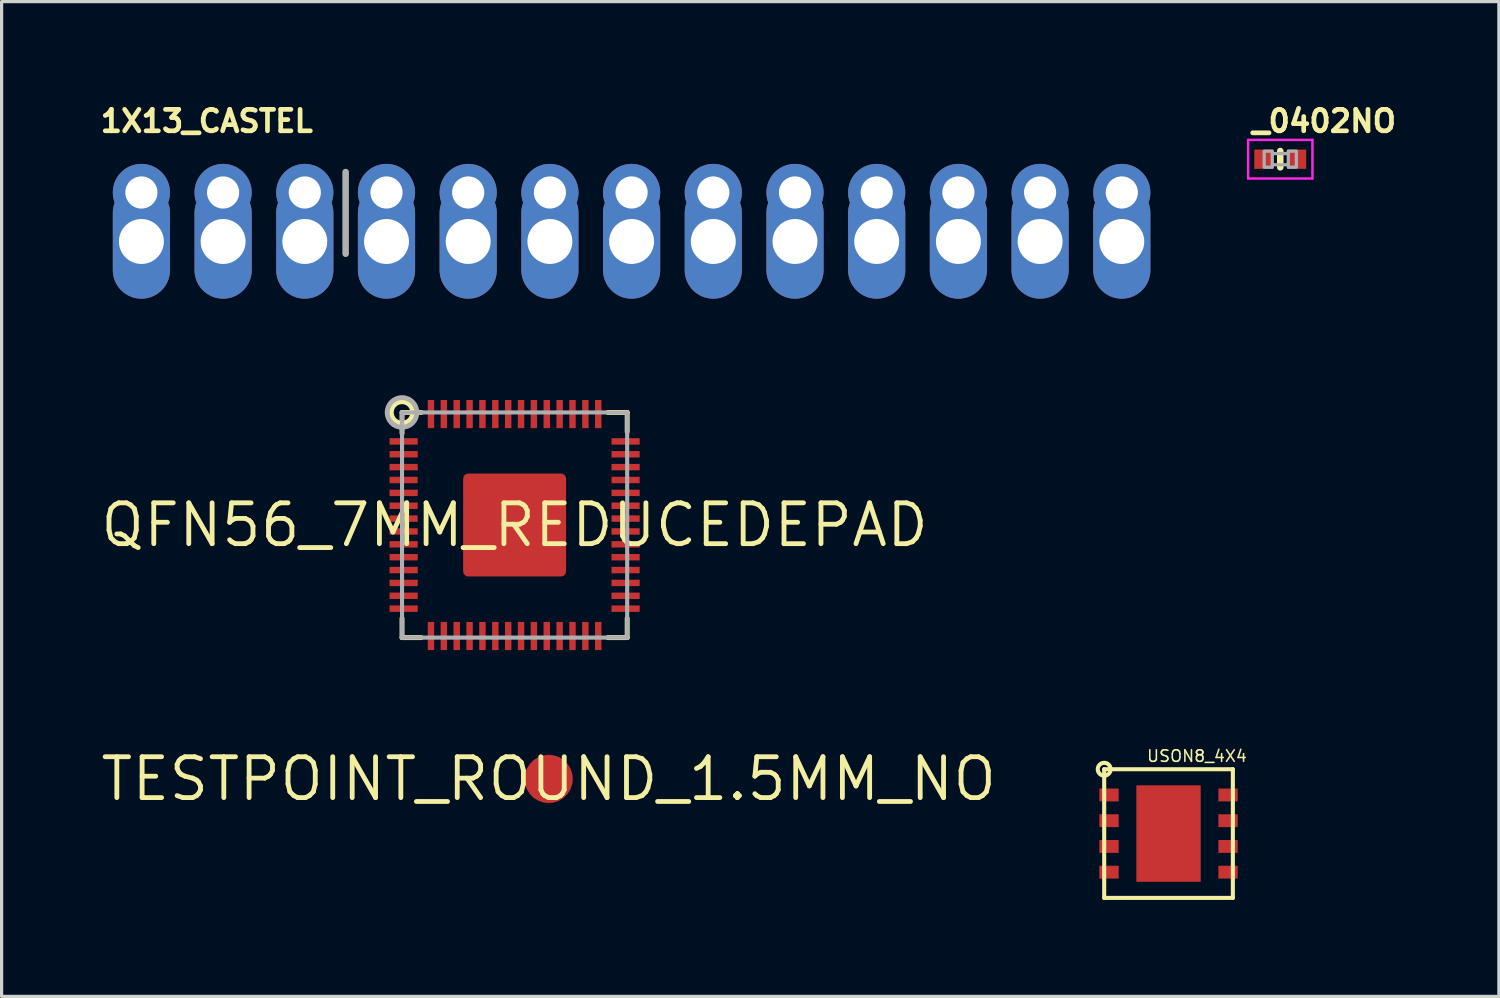
<source format=kicad_pcb>
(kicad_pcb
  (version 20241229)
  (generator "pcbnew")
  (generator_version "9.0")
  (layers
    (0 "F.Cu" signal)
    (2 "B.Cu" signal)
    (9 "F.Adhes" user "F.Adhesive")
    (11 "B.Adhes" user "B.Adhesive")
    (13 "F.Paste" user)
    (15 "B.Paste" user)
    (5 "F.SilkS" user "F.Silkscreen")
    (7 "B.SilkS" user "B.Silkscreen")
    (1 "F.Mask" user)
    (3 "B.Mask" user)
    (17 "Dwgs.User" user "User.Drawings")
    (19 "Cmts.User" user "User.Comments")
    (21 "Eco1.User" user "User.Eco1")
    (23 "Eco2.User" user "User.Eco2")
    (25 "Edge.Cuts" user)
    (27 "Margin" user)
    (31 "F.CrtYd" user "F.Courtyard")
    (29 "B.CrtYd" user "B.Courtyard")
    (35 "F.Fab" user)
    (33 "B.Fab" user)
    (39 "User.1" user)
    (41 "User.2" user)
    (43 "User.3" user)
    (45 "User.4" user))
  (footprint "1X13_CASTEL"
    (layer "F.Cu")
    (at 16.586 2.934)
    (property "Reference" "1X13_CASTEL" (at -16.586 -1.829 0) (layer "F.SilkS") (effects (font (size 0.666 0.666) (thickness 0.146)) (justify left bottom)))
    (fp_line (start -8.89 -0.635) (end -8.89 1.905) (stroke (width 0.203) (type solid)) (layer "F.Fab"))
    (fp_poly (pts (xy -7.874 0.254) (xy -7.366 0.254) (xy -7.366 -0.254) (xy -7.874 -0.254)) (stroke (width 0.1) (type solid)) (fill no) (layer "F.Fab"))
    (fp_poly (pts (xy -7.874 1.524) (xy -7.366 1.524) (xy -7.366 1.016) (xy -7.874 1.016)) (stroke (width 0.1) (type solid)) (fill no) (layer "F.Fab"))
    (fp_poly (pts (xy -5.334 0.254) (xy -4.826 0.254) (xy -4.826 -0.254) (xy -5.334 -0.254)) (stroke (width 0.1) (type solid)) (fill no) (layer "F.Fab"))
    (fp_poly (pts (xy -5.334 1.524) (xy -4.826 1.524) (xy -4.826 1.016) (xy -5.334 1.016)) (stroke (width 0.1) (type solid)) (fill no) (layer "F.Fab"))
    (fp_poly (pts (xy -2.794 0.254) (xy -2.286 0.254) (xy -2.286 -0.254) (xy -2.794 -0.254)) (stroke (width 0.1) (type solid)) (fill no) (layer "F.Fab"))
    (fp_poly (pts (xy -2.794 1.524) (xy -2.286 1.524) (xy -2.286 1.016) (xy -2.794 1.016)) (stroke (width 0.1) (type solid)) (fill no) (layer "F.Fab"))
    (fp_poly (pts (xy -0.254 0.254) (xy 0.254 0.254) (xy 0.254 -0.254) (xy -0.254 -0.254)) (stroke (width 0.1) (type solid)) (fill no) (layer "F.Fab"))
    (fp_poly (pts (xy -0.254 1.524) (xy 0.254 1.524) (xy 0.254 1.016) (xy -0.254 1.016)) (stroke (width 0.1) (type solid)) (fill no) (layer "F.Fab"))
    (fp_poly (pts (xy 2.286 0.254) (xy 2.794 0.254) (xy 2.794 -0.254) (xy 2.286 -0.254)) (stroke (width 0.1) (type solid)) (fill no) (layer "F.Fab"))
    (fp_poly (pts (xy 2.286 1.524) (xy 2.794 1.524) (xy 2.794 1.016) (xy 2.286 1.016)) (stroke (width 0.1) (type solid)) (fill no) (layer "F.Fab"))
    (fp_poly (pts (xy 4.826 0.254) (xy 5.334 0.254) (xy 5.334 -0.254) (xy 4.826 -0.254)) (stroke (width 0.1) (type solid)) (fill no) (layer "F.Fab"))
    (fp_poly (pts (xy 4.826 1.524) (xy 5.334 1.524) (xy 5.334 1.016) (xy 4.826 1.016)) (stroke (width 0.1) (type solid)) (fill no) (layer "F.Fab"))
    (fp_poly (pts (xy 7.366 0.254) (xy 7.874 0.254) (xy 7.874 -0.254) (xy 7.366 -0.254)) (stroke (width 0.1) (type solid)) (fill no) (layer "F.Fab"))
    (fp_poly (pts (xy 7.366 1.524) (xy 7.874 1.524) (xy 7.874 1.016) (xy 7.366 1.016)) (stroke (width 0.1) (type solid)) (fill no) (layer "F.Fab"))
    (pad "1" thru_hole circle (at -15.24 0 90) (size 1.778 1.778) (drill 1) (layers "*.Cu" "*.Mask"))
    (pad "1C" thru_hole oval (at -15.24 1.524 90) (size 3.556 1.778) (drill 1.397) (layers "*.Cu" "*.Mask"))
    (pad "2" thru_hole circle (at -12.7 0 90) (size 1.778 1.778) (drill 1) (layers "*.Cu" "*.Mask"))
    (pad "2C" thru_hole oval (at -12.7 1.524 90) (size 3.556 1.778) (drill 1.397) (layers "*.Cu" "*.Mask"))
    (pad "3" thru_hole circle (at -10.16 0 90) (size 1.778 1.778) (drill 1) (layers "*.Cu" "*.Mask"))
    (pad "3C" thru_hole oval (at -10.16 1.524 90) (size 3.556 1.778) (drill 1.397) (layers "*.Cu" "*.Mask"))
    (pad "4" thru_hole circle (at -7.62 0 90) (size 1.778 1.778) (drill 1) (layers "*.Cu" "*.Mask"))
    (pad "4C" thru_hole oval (at -7.62 1.524 90) (size 3.556 1.778) (drill 1.397) (layers "*.Cu" "*.Mask"))
    (pad "5" thru_hole circle (at -5.08 0 90) (size 1.778 1.778) (drill 1) (layers "*.Cu" "*.Mask"))
    (pad "5C" thru_hole oval (at -5.08 1.524 90) (size 3.556 1.778) (drill 1.397) (layers "*.Cu" "*.Mask"))
    (pad "6" thru_hole circle (at -2.54 0 90) (size 1.778 1.778) (drill 1) (layers "*.Cu" "*.Mask"))
    (pad "6C" thru_hole oval (at -2.54 1.524 90) (size 3.556 1.778) (drill 1.397) (layers "*.Cu" "*.Mask"))
    (pad "7" thru_hole circle (at 0 0 90) (size 1.778 1.778) (drill 1) (layers "*.Cu" "*.Mask"))
    (pad "7C" thru_hole oval (at 0 1.524 90) (size 3.556 1.778) (drill 1.397) (layers "*.Cu" "*.Mask"))
    (pad "8" thru_hole circle (at 2.54 0 90) (size 1.778 1.778) (drill 1) (layers "*.Cu" "*.Mask"))
    (pad "8C" thru_hole oval (at 2.54 1.524 90) (size 3.556 1.778) (drill 1.397) (layers "*.Cu" "*.Mask"))
    (pad "9" thru_hole circle (at 5.08 0 90) (size 1.778 1.778) (drill 1) (layers "*.Cu" "*.Mask"))
    (pad "9C" thru_hole oval (at 5.08 1.524 90) (size 3.556 1.778) (drill 1.397) (layers "*.Cu" "*.Mask"))
    (pad "10" thru_hole circle (at 7.62 0 90) (size 1.778 1.778) (drill 1) (layers "*.Cu" "*.Mask"))
    (pad "10C" thru_hole oval (at 7.62 1.524 90) (size 3.556 1.778) (drill 1.397) (layers "*.Cu" "*.Mask"))
    (pad "11" thru_hole circle (at 10.16 0 90) (size 1.778 1.778) (drill 1) (layers "*.Cu" "*.Mask"))
    (pad "11C" thru_hole oval (at 10.16 1.524 90) (size 3.556 1.778) (drill 1.397) (layers "*.Cu" "*.Mask"))
    (pad "12" thru_hole circle (at 12.7 0 90) (size 1.778 1.778) (drill 1) (layers "*.Cu" "*.Mask"))
    (pad "12C" thru_hole oval (at 12.7 1.524 90) (size 3.556 1.778) (drill 1.397) (layers "*.Cu" "*.Mask"))
    (pad "13" thru_hole circle (at 15.24 0 90) (size 1.778 1.778) (drill 1) (layers "*.Cu" "*.Mask"))
    (pad "13C" thru_hole oval (at 15.24 1.524 90) (size 3.556 1.778) (drill 1.397) (layers "*.Cu" "*.Mask")))
  (footprint "USON8_4X4"
    (layer "F.Cu")
    (at 33.279 22.865)
    (property "Reference" "USON8_4X4" (at -0.7 -2.2 0) (layer "F.SilkS") (effects (font (size 0.358 0.358) (thickness 0.049)) (justify left bottom)))
    (fp_line (start -2 -2) (end 2 -2) (stroke (width 0.127) (type solid)) (layer "F.SilkS"))
    (fp_line (start -2 2) (end -2 -2) (stroke (width 0.127) (type solid)) (layer "F.SilkS"))
    (fp_line (start 2 -2) (end 2 2) (stroke (width 0.127) (type solid)) (layer "F.SilkS"))
    (fp_line (start 2 2) (end -2 2) (stroke (width 0.127) (type solid)) (layer "F.SilkS"))
    (fp_circle (center -2 -2) (end -1.8 -2) (stroke (width 0.127) (type solid)) (fill no) (layer "F.SilkS"))
    (fp_poly (pts (xy -0.8 -0.3) (xy -0.2 -0.3) (xy -0.2 -1.3) (xy -0.8 -1.3)) (stroke (width 0) (type solid)) (fill yes) (layer "F.Paste"))
    (fp_poly (pts (xy -0.8 1.3) (xy -0.2 1.3) (xy -0.2 0.3) (xy -0.8 0.3)) (stroke (width 0) (type solid)) (fill yes) (layer "F.Paste"))
    (fp_poly (pts (xy 0.2 -0.3) (xy 0.8 -0.3) (xy 0.8 -1.3) (xy 0.2 -1.3)) (stroke (width 0) (type solid)) (fill yes) (layer "F.Paste"))
    (fp_poly (pts (xy 0.2 1.3) (xy 0.8 1.3) (xy 0.8 0.3) (xy 0.2 0.3)) (stroke (width 0) (type solid)) (fill yes) (layer "F.Paste"))
    (pad "1" smd rect (at -1.85 -1.2 90) (size 0.4 0.6) (layers "F.Cu" "F.Mask" "F.Paste"))
    (pad "2" smd rect (at -1.85 -0.4 90) (size 0.4 0.6) (layers "F.Cu" "F.Mask" "F.Paste"))
    (pad "3" smd rect (at -1.85 0.4 90) (size 0.4 0.6) (layers "F.Cu" "F.Mask" "F.Paste"))
    (pad "4" smd rect (at -1.85 1.2 90) (size 0.4 0.6) (layers "F.Cu" "F.Mask" "F.Paste"))
    (pad "5" smd rect (at 1.85 1.2 90) (size 0.4 0.6) (layers "F.Cu" "F.Mask" "F.Paste"))
    (pad "6" smd rect (at 1.85 0.4 90) (size 0.4 0.6) (layers "F.Cu" "F.Mask" "F.Paste"))
    (pad "7" smd rect (at 1.85 -0.4 90) (size 0.4 0.6) (layers "F.Cu" "F.Mask" "F.Paste"))
    (pad "8" smd rect (at 1.85 -1.2 90) (size 0.4 0.6) (layers "F.Cu" "F.Mask" "F.Paste"))
    (pad "PAD" smd rect (at 0 0) (size 2 3) (layers "F.Cu" "F.Mask")))
  (footprint "QFN56_7MM_REDUCEDEPAD"
    (layer "F.Cu")
    (at 12.949 13.273)
    (property "Reference" "QFN56_7MM_REDUCEDEPAD" (at 0 0 0) (layer "F.SilkS") (effects (font (size 1.27 1.27) (thickness 0.15))))
    (fp_line (start -3.5 -3.5) (end -2.9 -3.5) (stroke (width 0.152) (type solid)) (layer "F.SilkS"))
    (fp_line (start -3.5 -2.85) (end -3.5 -3.5) (stroke (width 0.152) (type solid)) (layer "F.SilkS"))
    (fp_line (start -3.5 2.9) (end -3.5 3.5) (stroke (width 0.152) (type solid)) (layer "F.SilkS"))
    (fp_line (start -3.5 3.5) (end -2.9 3.5) (stroke (width 0.152) (type solid)) (layer "F.SilkS"))
    (fp_line (start 2.9 -3.5) (end 3.5 -3.5) (stroke (width 0.152) (type solid)) (layer "F.SilkS"))
    (fp_line (start 2.9 3.5) (end 3.5 3.5) (stroke (width 0.152) (type solid)) (layer "F.SilkS"))
    (fp_line (start 3.5 -3.5) (end 3.5 -2.9) (stroke (width 0.152) (type solid)) (layer "F.SilkS"))
    (fp_line (start 3.5 3.5) (end 3.5 2.9) (stroke (width 0.152) (type solid)) (layer "F.SilkS"))
    (fp_circle (center -3.5 -3.5) (end -3.165 -3.5) (stroke (width 0.152) (type solid)) (fill no) (layer "F.SilkS"))
    (fp_poly (pts (xy -1.3 -0.3) (xy -0.3 -0.3) (xy -0.3 -1.3) (xy -1.3 -1.3)) (stroke (width 0) (type solid)) (fill yes) (layer "F.Paste"))
    (fp_poly (pts (xy -1.3 1.3) (xy -0.3 1.3) (xy -0.3 0.3) (xy -1.3 0.3)) (stroke (width 0) (type solid)) (fill yes) (layer "F.Paste"))
    (fp_poly (pts (xy 0.3 -0.3) (xy 1.3 -0.3) (xy 1.3 -1.3) (xy 0.3 -1.3)) (stroke (width 0) (type solid)) (fill yes) (layer "F.Paste"))
    (fp_poly (pts (xy 0.3 1.3) (xy 1.3 1.3) (xy 1.3 0.3) (xy 0.3 0.3)) (stroke (width 0) (type solid)) (fill yes) (layer "F.Paste"))
    (fp_line (start -3.5 -3.5) (end 3.5 -3.5) (stroke (width 0.127) (type solid)) (layer "F.Fab"))
    (fp_line (start -3.5 3.5) (end -3.5 -3.5) (stroke (width 0.127) (type solid)) (layer "F.Fab"))
    (fp_line (start 3.5 -3.5) (end 3.5 3.5) (stroke (width 0.127) (type solid)) (layer "F.Fab"))
    (fp_line (start 3.5 3.5) (end -3.5 3.5) (stroke (width 0.127) (type solid)) (layer "F.Fab"))
    (fp_circle (center -3.5 -3.5) (end -3.039 -3.5) (stroke (width 0.152) (type solid)) (fill no) (layer "F.Fab"))
    (pad "1" smd rect (at -3.45 -2.6 180) (size 0.875 0.2) (layers "F.Cu" "F.Mask" "F.Paste"))
    (pad "2" smd rect (at -3.45 -2.2 180) (size 0.875 0.2) (layers "F.Cu" "F.Mask" "F.Paste"))
    (pad "3" smd rect (at -3.45 -1.8 180) (size 0.875 0.2) (layers "F.Cu" "F.Mask" "F.Paste"))
    (pad "4" smd rect (at -3.45 -1.4 180) (size 0.875 0.2) (layers "F.Cu" "F.Mask" "F.Paste"))
    (pad "5" smd rect (at -3.45 -1 180) (size 0.875 0.2) (layers "F.Cu" "F.Mask" "F.Paste"))
    (pad "6" smd rect (at -3.45 -0.6 180) (size 0.875 0.2) (layers "F.Cu" "F.Mask" "F.Paste"))
    (pad "7" smd rect (at -3.45 -0.2 180) (size 0.875 0.2) (layers "F.Cu" "F.Mask" "F.Paste"))
    (pad "8" smd rect (at -3.45 0.2 180) (size 0.875 0.2) (layers "F.Cu" "F.Mask" "F.Paste"))
    (pad "9" smd rect (at -3.45 0.6 180) (size 0.875 0.2) (layers "F.Cu" "F.Mask" "F.Paste"))
    (pad "10" smd rect (at -3.45 1 180) (size 0.875 0.2) (layers "F.Cu" "F.Mask" "F.Paste"))
    (pad "11" smd rect (at -3.45 1.4 180) (size 0.875 0.2) (layers "F.Cu" "F.Mask" "F.Paste"))
    (pad "12" smd rect (at -3.45 1.8 180) (size 0.875 0.2) (layers "F.Cu" "F.Mask" "F.Paste"))
    (pad "13" smd rect (at -3.45 2.2 180) (size 0.875 0.2) (layers "F.Cu" "F.Mask" "F.Paste"))
    (pad "14" smd rect (at -3.45 2.6 180) (size 0.875 0.2) (layers "F.Cu" "F.Mask" "F.Paste"))
    (pad "15" smd rect (at -2.6 3.45 270) (size 0.875 0.2) (layers "F.Cu" "F.Mask" "F.Paste"))
    (pad "16" smd rect (at -2.2 3.45 270) (size 0.875 0.2) (layers "F.Cu" "F.Mask" "F.Paste"))
    (pad "17" smd rect (at -1.8 3.45 270) (size 0.875 0.2) (layers "F.Cu" "F.Mask" "F.Paste"))
    (pad "18" smd rect (at -1.4 3.45 270) (size 0.875 0.2) (layers "F.Cu" "F.Mask" "F.Paste"))
    (pad "19" smd rect (at -1 3.45 270) (size 0.875 0.2) (layers "F.Cu" "F.Mask" "F.Paste"))
    (pad "20" smd rect (at -0.6 3.45 270) (size 0.875 0.2) (layers "F.Cu" "F.Mask" "F.Paste"))
    (pad "21" smd rect (at -0.2 3.45 270) (size 0.875 0.2) (layers "F.Cu" "F.Mask" "F.Paste"))
    (pad "22" smd rect (at 0.2 3.45 270) (size 0.875 0.2) (layers "F.Cu" "F.Mask" "F.Paste"))
    (pad "23" smd rect (at 0.6 3.45 270) (size 0.875 0.2) (layers "F.Cu" "F.Mask" "F.Paste"))
    (pad "24" smd rect (at 1 3.45 270) (size 0.875 0.2) (layers "F.Cu" "F.Mask" "F.Paste"))
    (pad "25" smd rect (at 1.4 3.45 270) (size 0.875 0.2) (layers "F.Cu" "F.Mask" "F.Paste"))
    (pad "26" smd rect (at 1.8 3.45 270) (size 0.875 0.2) (layers "F.Cu" "F.Mask" "F.Paste"))
    (pad "27" smd rect (at 2.2 3.45 270) (size 0.875 0.2) (layers "F.Cu" "F.Mask" "F.Paste"))
    (pad "28" smd rect (at 2.6 3.45 270) (size 0.875 0.2) (layers "F.Cu" "F.Mask" "F.Paste"))
    (pad "29" smd rect (at 3.45 2.6) (size 0.875 0.2) (layers "F.Cu" "F.Mask" "F.Paste"))
    (pad "30" smd rect (at 3.45 2.2) (size 0.875 0.2) (layers "F.Cu" "F.Mask" "F.Paste"))
    (pad "31" smd rect (at 3.45 1.8) (size 0.875 0.2) (layers "F.Cu" "F.Mask" "F.Paste"))
    (pad "32" smd rect (at 3.45 1.4) (size 0.875 0.2) (layers "F.Cu" "F.Mask" "F.Paste"))
    (pad "33" smd rect (at 3.45 1) (size 0.875 0.2) (layers "F.Cu" "F.Mask" "F.Paste"))
    (pad "34" smd rect (at 3.45 0.6) (size 0.875 0.2) (layers "F.Cu" "F.Mask" "F.Paste"))
    (pad "35" smd rect (at 3.45 0.2) (size 0.875 0.2) (layers "F.Cu" "F.Mask" "F.Paste"))
    (pad "36" smd rect (at 3.45 -0.2) (size 0.875 0.2) (layers "F.Cu" "F.Mask" "F.Paste"))
    (pad "37" smd rect (at 3.45 -0.6) (size 0.875 0.2) (layers "F.Cu" "F.Mask" "F.Paste"))
    (pad "38" smd rect (at 3.45 -1) (size 0.875 0.2) (layers "F.Cu" "F.Mask" "F.Paste"))
    (pad "39" smd rect (at 3.45 -1.4) (size 0.875 0.2) (layers "F.Cu" "F.Mask" "F.Paste"))
    (pad "40" smd rect (at 3.45 -1.8) (size 0.875 0.2) (layers "F.Cu" "F.Mask" "F.Paste"))
    (pad "41" smd rect (at 3.45 -2.2) (size 0.875 0.2) (layers "F.Cu" "F.Mask" "F.Paste"))
    (pad "42" smd rect (at 3.45 -2.6) (size 0.875 0.2) (layers "F.Cu" "F.Mask" "F.Paste"))
    (pad "43" smd rect (at 2.6 -3.45 90) (size 0.875 0.2) (layers "F.Cu" "F.Mask" "F.Paste"))
    (pad "44" smd rect (at 2.2 -3.45 90) (size 0.875 0.2) (layers "F.Cu" "F.Mask" "F.Paste"))
    (pad "45" smd rect (at 1.8 -3.45 90) (size 0.875 0.2) (layers "F.Cu" "F.Mask" "F.Paste"))
    (pad "46" smd rect (at 1.4 -3.45 90) (size 0.875 0.2) (layers "F.Cu" "F.Mask" "F.Paste"))
    (pad "47" smd rect (at 1 -3.45 90) (size 0.875 0.2) (layers "F.Cu" "F.Mask" "F.Paste"))
    (pad "48" smd rect (at 0.6 -3.45 90) (size 0.875 0.2) (layers "F.Cu" "F.Mask" "F.Paste"))
    (pad "49" smd rect (at 0.2 -3.45 90) (size 0.875 0.2) (layers "F.Cu" "F.Mask" "F.Paste"))
    (pad "50" smd rect (at -0.2 -3.45 90) (size 0.875 0.2) (layers "F.Cu" "F.Mask" "F.Paste"))
    (pad "51" smd rect (at -0.6 -3.45 90) (size 0.875 0.2) (layers "F.Cu" "F.Mask" "F.Paste"))
    (pad "52" smd rect (at -1 -3.45 90) (size 0.875 0.2) (layers "F.Cu" "F.Mask" "F.Paste"))
    (pad "53" smd rect (at -1.4 -3.45 90) (size 0.875 0.2) (layers "F.Cu" "F.Mask" "F.Paste"))
    (pad "54" smd rect (at -1.8 -3.45 90) (size 0.875 0.2) (layers "F.Cu" "F.Mask" "F.Paste"))
    (pad "55" smd rect (at -2.2 -3.45 90) (size 0.875 0.2) (layers "F.Cu" "F.Mask" "F.Paste"))
    (pad "56" smd rect (at -2.6 -3.45 90) (size 0.875 0.2) (layers "F.Cu" "F.Mask" "F.Paste"))
    (pad "P$1" smd roundrect (at 0 0) (size 3.2 3.2) (layers "F.Cu" "F.Mask") (roundrect_rratio 0.05)))
  (footprint "TESTPOINT_ROUND_1.5MM_NO"
    (layer "F.Cu")
    (at 14.008 21.167)
    (property "Reference" "TESTPOINT_ROUND_1.5MM_NO" (at 0 0 0) (layer "F.SilkS") (effects (font (size 1.27 1.27) (thickness 0.15))))
    (pad "P$1" smd roundrect (at 0 0) (size 1.5 1.5) (layers "F.Cu" "F.Mask") (roundrect_rratio 0.5)))
  (footprint "_0402NO"
    (layer "F.Cu")
    (at 36.753 1.899)
    (property "Reference" "_0402NO" (at -0.953 -0.794 0) (layer "F.SilkS") (effects (font (size 0.666 0.666) (thickness 0.146)) (justify left bottom)))
    (fp_line (start 0 -0.254) (end 0 0.254) (stroke (width 0.203) (type solid)) (layer "F.SilkS"))
    (fp_poly (pts (xy -0.079 0.238) (xy 0.079 0.238) (xy 0.079 -0.238) (xy -0.079 -0.238)) (stroke (width 0) (type solid)) (fill yes) (layer "F.Adhes"))
    (fp_line (start -1 -0.6) (end 1 -0.6) (stroke (width 0.076) (type solid)) (layer "F.CrtYd"))
    (fp_line (start -1 0.6) (end -1 -0.6) (stroke (width 0.076) (type solid)) (layer "F.CrtYd"))
    (fp_line (start 1 -0.6) (end 1 0.6) (stroke (width 0.076) (type solid)) (layer "F.CrtYd"))
    (fp_line (start 1 0.6) (end -1 0.6) (stroke (width 0.076) (type solid)) (layer "F.CrtYd"))
    (fp_line (start -0.245 -0.174) (end 0.245 -0.174) (stroke (width 0.102) (type solid)) (layer "F.Fab"))
    (fp_line (start 0.245 0.174) (end -0.245 0.174) (stroke (width 0.102) (type solid)) (layer "F.Fab"))
    (fp_poly (pts (xy -0.5 0.25) (xy -0.25 0.25) (xy -0.25 -0.25) (xy -0.5 -0.25)) (stroke (width 0.1) (type solid)) (fill no) (layer "F.Fab"))
    (fp_poly (pts (xy 0.25 0.25) (xy 0.5 0.25) (xy 0.5 -0.25) (xy 0.25 -0.25)) (stroke (width 0.1) (type solid)) (fill no) (layer "F.Fab"))
    (pad "1" smd rect (at -0.508 0) (size 0.6 0.6) (layers "F.Cu" "F.Mask" "F.Paste"))
    (pad "2" smd rect (at 0.508 0) (size 0.6 0.6) (layers "F.Cu" "F.Mask" "F.Paste")))
  (gr_rect
    (start -3 -3)
    (end 43.55 27.928)
    (stroke (width 0.1) (type default))
    (fill no)
    (layer "Edge.Cuts")))
</source>
